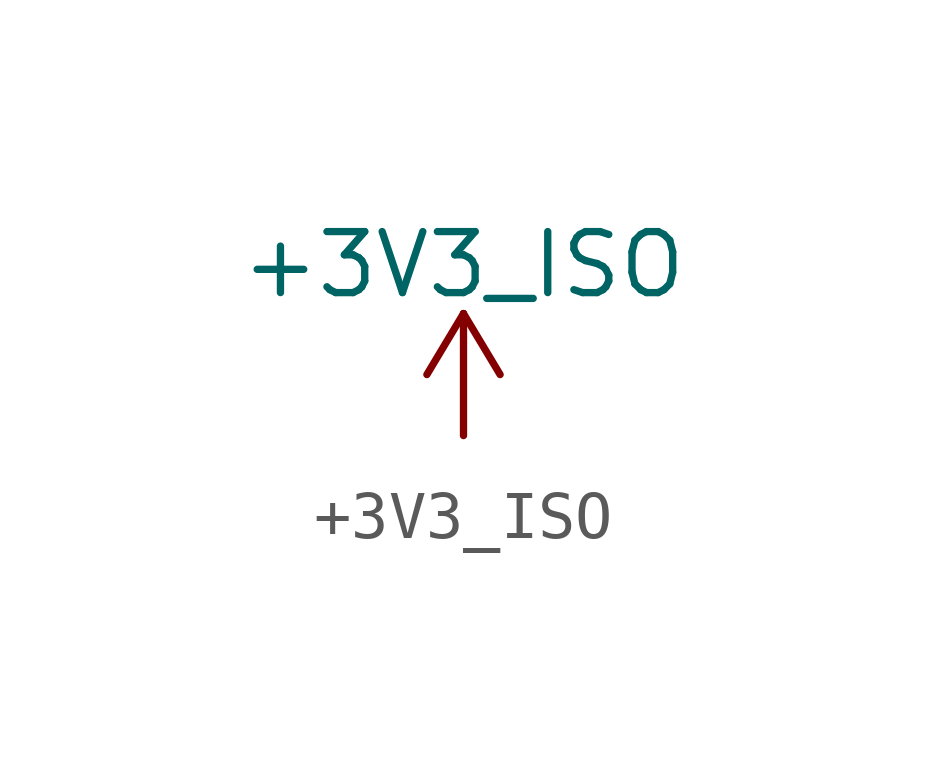
<source format=kicad_sym>
(kicad_symbol_lib
  (version 20211014)
  (generator kicad_symbol_editor)
  (symbol "+3V3_ISO"
    (power)
    (pin_names
      (offset 0))
    (property "Reference" "#PWR"
      (at 0 -3.81 0)
      (effects (font (size 1.27 1.27)) hide))
    (property "Value" "+3V3_ISO"
      (at 0 3.556 0)
      (effects (font (size 1.27 1.27))))
    (symbol "+3V3_ISO_0_1"
      (polyline (pts (xy -0.762 1.27) (xy 0 2.54)) (stroke (width 0) (type default) (color 0 0 0 0)) (fill (type none)))
      (polyline (pts (xy 0 0) (xy 0 2.54)) (stroke (width 0) (type default) (color 0 0 0 0)) (fill (type none)))
      (polyline (pts (xy 0 2.54) (xy 0.762 1.27)) (stroke (width 0) (type default) (color 0 0 0 0)) (fill (type none))))
    (symbol "+3V3_ISO_1_1"
      (pin power_in line (at 0 0 90) (length 0) hide (name "+3V3_ISO" (effects (font (size 1.27 1.27)))) (number "1" (effects (font (size 1.27 1.27))))))))
</source>
